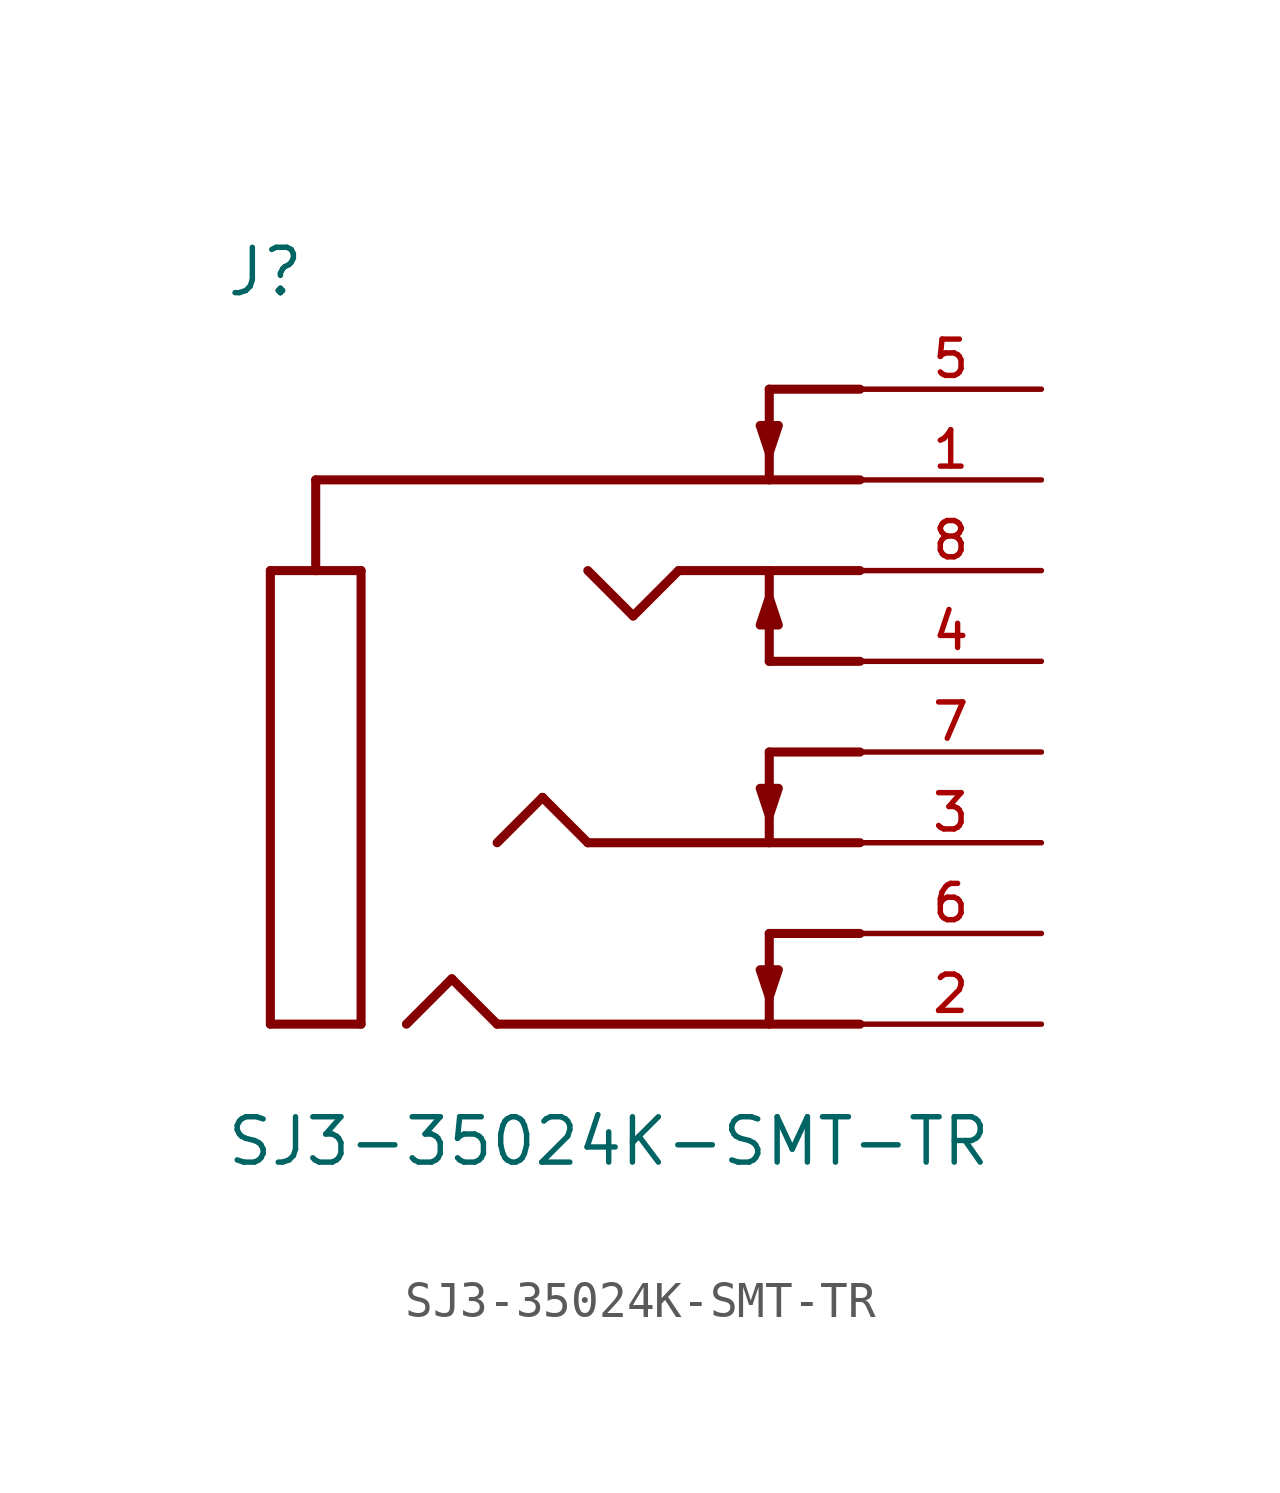
<source format=kicad_sym>
(kicad_symbol_lib
  (version 20211014)
  (generator kicad_symbol_editor)
  (symbol "SJ3-35024K-SMT-TR"
    (pin_names
      (offset 1.016))
    (property "Reference" "J"
      (at -10.16 12.7 0)
      (effects (font (size 1.27 1.27)) (justify bottom left)))
    (property "Value" "SJ3-35024K-SMT-TR"
      (at -10.16 -10.16 0)
      (effects (font (size 1.27 1.27)) (justify top left)))
    (symbol "SJ3-35024K-SMT-TR_0_0"
      (polyline (pts (xy -8.89 5.08) (xy -7.62 5.08)) (stroke (width 0.254)))
      (polyline (pts (xy -7.62 5.08) (xy -6.35 5.08)) (stroke (width 0.254)))
      (polyline (pts (xy -6.35 5.08) (xy -6.35 -7.62)) (stroke (width 0.254)))
      (polyline (pts (xy -6.35 -7.62) (xy -8.89 -7.62)) (stroke (width 0.254)))
      (polyline (pts (xy -8.89 -7.62) (xy -8.89 5.08)) (stroke (width 0.254)))
      (polyline (pts (xy -7.62 5.08) (xy -7.62 7.62)) (stroke (width 0.254)))
      (polyline (pts (xy -7.62 7.62) (xy 7.62 7.62)) (stroke (width 0.254)))
      (polyline (pts (xy 5.08 10.16) (xy 7.62 10.16)) (stroke (width 0.254)))
      (polyline (pts (xy 5.08 8.382) (xy 4.826 9.144) (xy 5.334 9.144) (xy 5.08 8.382)) (stroke (width 0.254)) (fill (type outline)))
      (polyline (pts (xy 5.08 2.54) (xy 5.08 5.08)) (stroke (width 0.254)))
      (polyline (pts (xy 5.08 4.318) (xy 5.334 3.556) (xy 4.826 3.556) (xy 5.08 4.318)) (stroke (width 0.254)) (fill (type outline)))
      (polyline (pts (xy 5.08 2.54) (xy 7.62 2.54)) (stroke (width 0.254)))
      (polyline (pts (xy 2.54 5.08) (xy 7.62 5.08)) (stroke (width 0.254)))
      (polyline (pts (xy -2.54 -2.54) (xy -1.27 -1.27)) (stroke (width 0.254)))
      (polyline (pts (xy -1.27 -1.27) (xy 0.0 -2.54)) (stroke (width 0.254)))
      (polyline (pts (xy 0.0 -2.54) (xy 7.62 -2.54)) (stroke (width 0.254)))
      (polyline (pts (xy -5.08 -7.62) (xy -3.81 -6.35)) (stroke (width 0.254)))
      (polyline (pts (xy -3.81 -6.35) (xy -2.54 -7.62)) (stroke (width 0.254)))
      (polyline (pts (xy -2.54 -7.62) (xy 7.62 -7.62)) (stroke (width 0.254)))
      (polyline (pts (xy 5.08 -1.778) (xy 5.334 -1.016) (xy 4.826 -1.016) (xy 5.08 -1.778)) (stroke (width 0.254)) (fill (type outline)))
      (polyline (pts (xy 5.08 0.0) (xy 7.62 0.0)) (stroke (width 0.254)))
      (polyline (pts (xy 0.0 5.08) (xy 1.27 3.81)) (stroke (width 0.254)))
      (polyline (pts (xy 1.27 3.81) (xy 2.54 5.08)) (stroke (width 0.254)))
      (polyline (pts (xy 5.08 -6.858) (xy 5.334 -6.096) (xy 4.826 -6.096) (xy 5.08 -6.858)) (stroke (width 0.254)) (fill (type outline)))
      (polyline (pts (xy 5.08 -5.08) (xy 7.62 -5.08)) (stroke (width 0.254)))
      (polyline (pts (xy 5.08 7.62) (xy 5.08 10.16)) (stroke (width 0.254)))
      (polyline (pts (xy 5.08 -2.54) (xy 5.08 0.0)) (stroke (width 0.254)))
      (polyline (pts (xy 5.08 -7.62) (xy 5.08 -5.08)) (stroke (width 0.254)))
      (pin passive line (at 12.7 7.62 180.0) (length 5.08) (name "~" (effects (font (size 1.016 1.016)))) (number "1" (effects (font (size 1.016 1.016)))))
      (pin passive line (at 12.7 0.0 180.0) (length 5.08) (name "~" (effects (font (size 1.016 1.016)))) (number "7" (effects (font (size 1.016 1.016)))))
      (pin passive line (at 12.7 5.08 180.0) (length 5.08) (name "~" (effects (font (size 1.016 1.016)))) (number "8" (effects (font (size 1.016 1.016)))))
      (pin passive line (at 12.7 -7.62 180.0) (length 5.08) (name "~" (effects (font (size 1.016 1.016)))) (number "2" (effects (font (size 1.016 1.016)))))
      (pin passive line (at 12.7 -2.54 180.0) (length 5.08) (name "~" (effects (font (size 1.016 1.016)))) (number "3" (effects (font (size 1.016 1.016)))))
      (pin passive line (at 12.7 2.54 180.0) (length 5.08) (name "~" (effects (font (size 1.016 1.016)))) (number "4" (effects (font (size 1.016 1.016)))))
      (pin passive line (at 12.7 10.16 180.0) (length 5.08) (name "~" (effects (font (size 1.016 1.016)))) (number "5" (effects (font (size 1.016 1.016)))))
      (pin passive line (at 12.7 -5.08 180.0) (length 5.08) (name "~" (effects (font (size 1.016 1.016)))) (number "6" (effects (font (size 1.016 1.016))))))))
</source>
